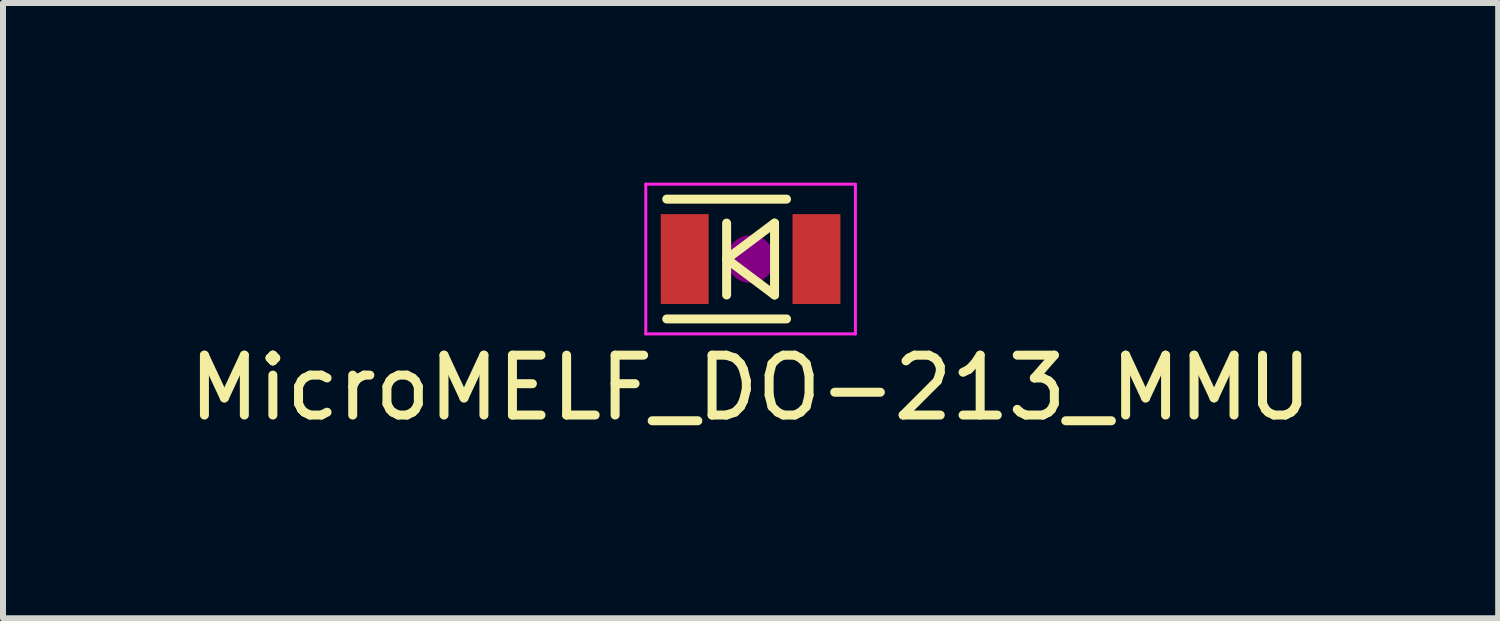
<source format=kicad_pcb>
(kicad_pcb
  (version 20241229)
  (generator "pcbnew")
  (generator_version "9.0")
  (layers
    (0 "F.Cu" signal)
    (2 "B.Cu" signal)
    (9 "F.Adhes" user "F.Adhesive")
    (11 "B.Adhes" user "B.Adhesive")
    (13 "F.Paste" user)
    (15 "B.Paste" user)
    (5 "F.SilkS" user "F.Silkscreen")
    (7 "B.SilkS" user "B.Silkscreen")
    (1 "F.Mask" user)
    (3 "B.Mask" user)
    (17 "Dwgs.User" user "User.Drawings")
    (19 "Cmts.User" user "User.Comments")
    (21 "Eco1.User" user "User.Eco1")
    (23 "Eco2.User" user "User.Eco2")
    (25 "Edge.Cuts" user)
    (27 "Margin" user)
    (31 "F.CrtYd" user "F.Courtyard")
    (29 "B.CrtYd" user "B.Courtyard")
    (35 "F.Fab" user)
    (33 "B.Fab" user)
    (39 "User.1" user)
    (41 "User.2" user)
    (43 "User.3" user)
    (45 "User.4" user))
  (footprint "MicroMELF_DO-213_MMU"
    (layer "F.Cu")
    (at 9.482 1.275)
    (property "Reference" "MicroMELF_DO-213_MMU" (at 0 2.15 0) (layer "F.SilkS") (effects (font (size 1 1) (thickness 0.15))))
    (attr smd)
    (fp_line (start -1.4 -1) (end 0.6 -1) (stroke (width 0.15) (type solid)) (layer "F.SilkS"))
    (fp_line (start -1.4 1) (end 0.6 1) (stroke (width 0.15) (type solid)) (layer "F.SilkS"))
    (fp_line (start -0.4 -0.6) (end -0.4 0.6) (stroke (width 0.15) (type solid)) (layer "F.SilkS"))
    (fp_line (start -0.4 0) (end 0.4 -0.6) (stroke (width 0.15) (type solid)) (layer "F.SilkS"))
    (fp_line (start -0.4 0) (end 0.4 0.6) (stroke (width 0.15) (type solid)) (layer "F.SilkS"))
    (fp_line (start 0.4 -0.6) (end 0.4 0.6) (stroke (width 0.15) (type solid)) (layer "F.SilkS"))
    (fp_circle (center 0 0) (end 0 0.2) (stroke (width 0.4) (type solid)) (fill no) (layer "F.Adhes"))
    (fp_line (start -1.75 -1.25) (end 1.75 -1.25) (stroke (width 0.05) (type solid)) (layer "F.CrtYd"))
    (fp_line (start -1.75 1.25) (end -1.75 -1.25) (stroke (width 0.05) (type solid)) (layer "F.CrtYd"))
    (fp_line (start -1.75 1.25) (end 1.75 1.25) (stroke (width 0.05) (type solid)) (layer "F.CrtYd"))
    (fp_line (start 1.75 -1.25) (end 1.75 1.25) (stroke (width 0.05) (type solid)) (layer "F.CrtYd"))
    (pad "1" smd rect (at -1.1 0) (size 0.8 1.5) (layers "F.Cu" "F.Mask" "F.Paste"))
    (pad "2" smd rect (at 1.1 0) (size 0.8 1.5) (layers "F.Cu" "F.Mask" "F.Paste")))
  (gr_rect
    (start -3 -3)
    (end 21.964 7.273)
    (stroke (width 0.1) (type default))
    (fill no)
    (layer "Edge.Cuts")))
</source>
